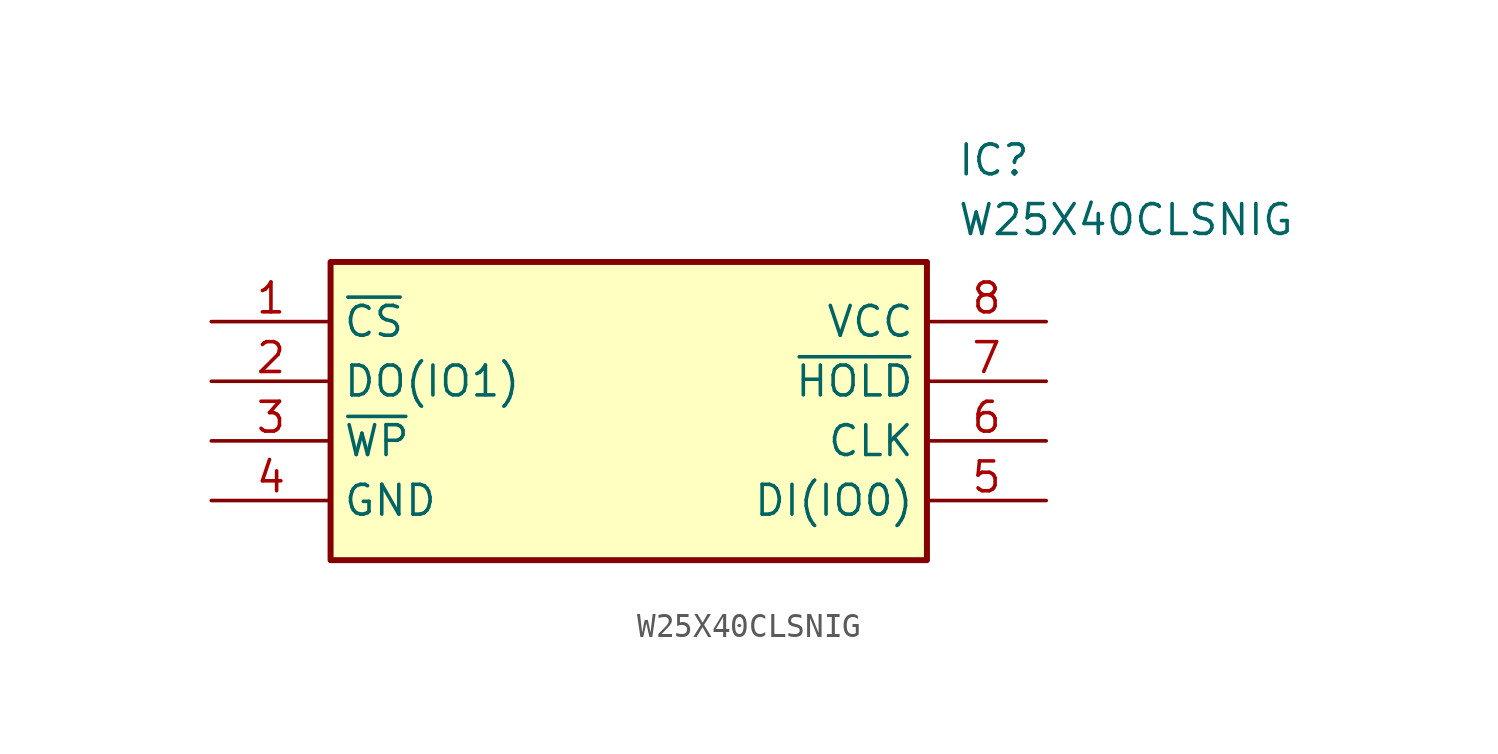
<source format=kicad_sym>
(kicad_symbol_lib
  (version 20211014)
  (generator SamacSys_ECAD_Model)
  (symbol "W25X40CLSNIG"
    (property "Reference" "IC"
      (at 31.75 7.62 0)
      (effects (font (size 1.27 1.27)) (justify left top)))
    (property "Value" "W25X40CLSNIG"
      (at 31.75 5.08 0)
      (effects (font (size 1.27 1.27)) (justify left top)))
    (rectangle
      (start 5.08 2.54)
      (end 30.48 -10.16)
      (stroke (width 0.254) (type default))
      (fill (type background)))
    (pin passive line
      (at 0 0 0)
      (length 5.08)
      (name "~{CS}" (effects (font (size 1.27 1.27))))
      (number "1" (effects (font (size 1.27 1.27)))))
    (pin passive line
      (at 0 -2.54 0)
      (length 5.08)
      (name "DO(IO1)" (effects (font (size 1.27 1.27))))
      (number "2" (effects (font (size 1.27 1.27)))))
    (pin passive line
      (at 0 -5.08 0)
      (length 5.08)
      (name "~{WP}" (effects (font (size 1.27 1.27))))
      (number "3" (effects (font (size 1.27 1.27)))))
    (pin passive line
      (at 0 -7.62 0)
      (length 5.08)
      (name "GND" (effects (font (size 1.27 1.27))))
      (number "4" (effects (font (size 1.27 1.27)))))
    (pin passive line
      (at 35.56 0 180)
      (length 5.08)
      (name "VCC" (effects (font (size 1.27 1.27))))
      (number "8" (effects (font (size 1.27 1.27)))))
    (pin passive line
      (at 35.56 -2.54 180)
      (length 5.08)
      (name "~{HOLD}" (effects (font (size 1.27 1.27))))
      (number "7" (effects (font (size 1.27 1.27)))))
    (pin passive line
      (at 35.56 -5.08 180)
      (length 5.08)
      (name "CLK" (effects (font (size 1.27 1.27))))
      (number "6" (effects (font (size 1.27 1.27)))))
    (pin passive line
      (at 35.56 -7.62 180)
      (length 5.08)
      (name "DI(IO0)" (effects (font (size 1.27 1.27))))
      (number "5" (effects (font (size 1.27 1.27)))))))
</source>
